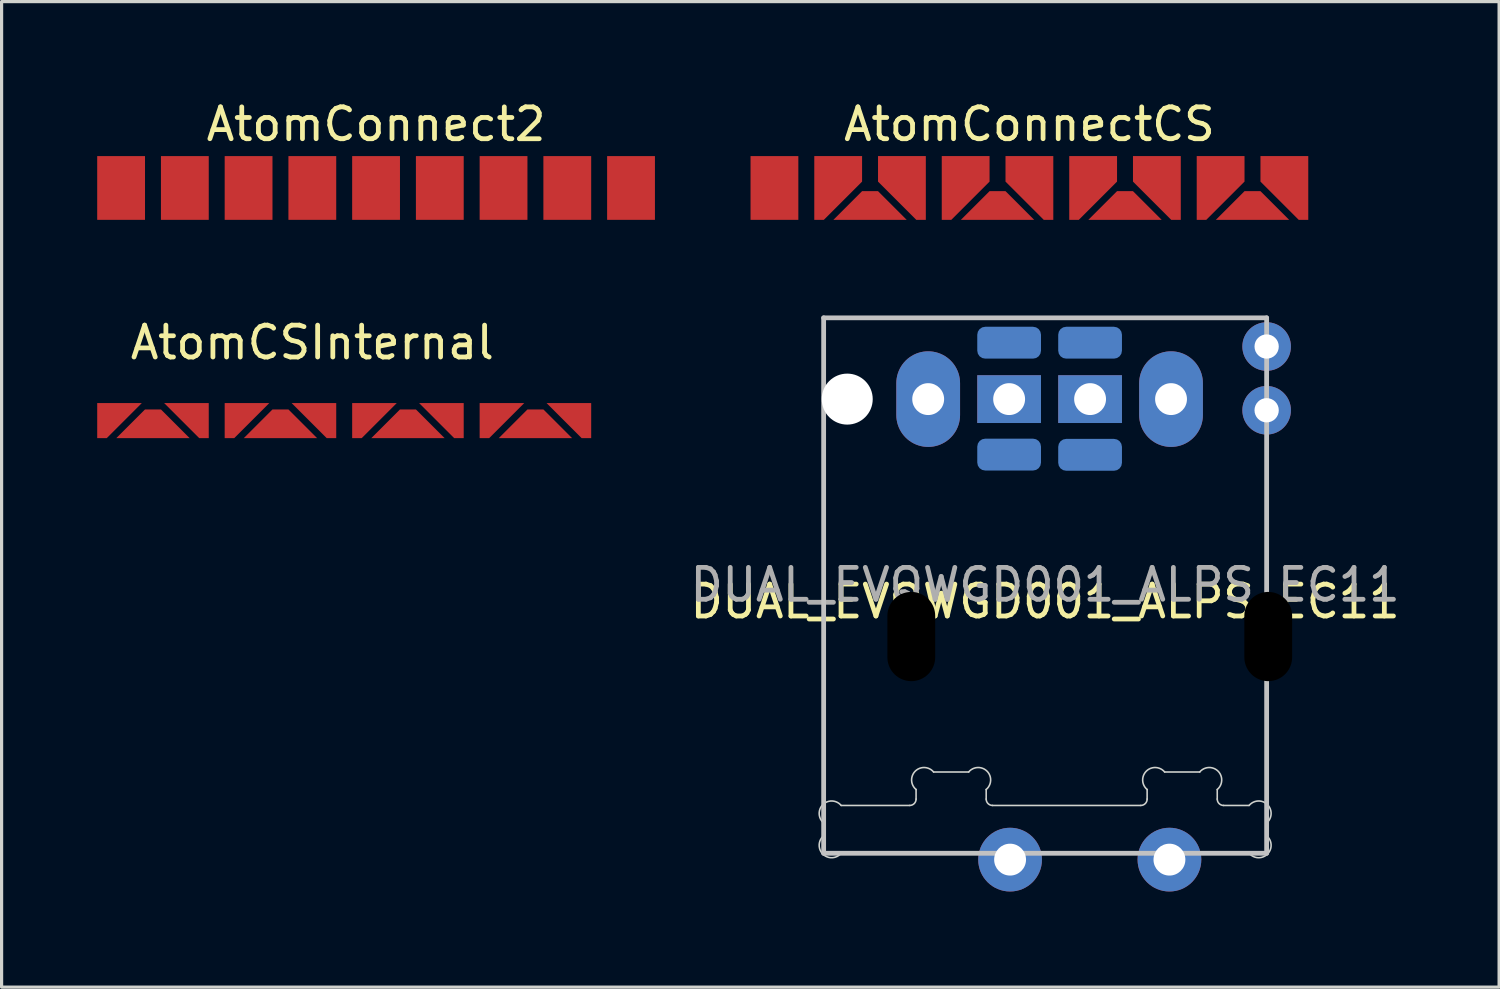
<source format=kicad_pcb>
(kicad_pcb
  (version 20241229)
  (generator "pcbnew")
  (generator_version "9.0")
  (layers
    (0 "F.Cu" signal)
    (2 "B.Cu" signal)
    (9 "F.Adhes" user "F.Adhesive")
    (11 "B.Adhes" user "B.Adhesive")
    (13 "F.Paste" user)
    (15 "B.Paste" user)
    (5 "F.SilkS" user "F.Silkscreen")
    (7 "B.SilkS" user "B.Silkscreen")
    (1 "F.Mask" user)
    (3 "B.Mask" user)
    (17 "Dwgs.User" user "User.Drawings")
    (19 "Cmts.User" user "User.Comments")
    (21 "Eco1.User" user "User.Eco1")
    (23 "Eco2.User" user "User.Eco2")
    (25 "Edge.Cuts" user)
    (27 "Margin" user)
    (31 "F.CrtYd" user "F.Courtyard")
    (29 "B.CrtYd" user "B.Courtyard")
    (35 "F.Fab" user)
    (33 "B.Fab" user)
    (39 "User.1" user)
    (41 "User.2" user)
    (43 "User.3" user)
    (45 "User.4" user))
  (footprint "DUAL_EVQWGD001_ALPS_EC11"
    (layer "F.Cu")
    (at 29.744 15.323)
    (property "Reference" "DUAL_EVQWGD001_ALPS_EC11" (at 0 0.5 0) (layer "F.SilkS") (effects (font (size 1 1) (thickness 0.15))))
    (attr through_hole)
    (fp_line (start -6.95 -8.4) (end -6.95 8.4) (stroke (width 0.15) (type solid)) (layer "Dwgs.User"))
    (fp_line (start -6.95 -8.4) (end 6.95 -8.4) (stroke (width 0.15) (type solid)) (layer "Dwgs.User"))
    (fp_line (start -6.95 8.4) (end 6.95 8.4) (stroke (width 0.15) (type solid)) (layer "Dwgs.User"))
    (fp_line (start 6.95 -8.4) (end 6.95 8.4) (stroke (width 0.15) (type solid)) (layer "Dwgs.User"))
    (fp_line (start -6.95 7.45) (end -6.95 7.85) (stroke (width 0.05) (type solid)) (layer "Edge.Cuts"))
    (fp_line (start -6.4 6.9) (end -4.25 6.9) (stroke (width 0.05) (type solid)) (layer "Edge.Cuts"))
    (fp_line (start -6.4 8.4) (end 6.4 8.4) (stroke (width 0.05) (type solid)) (layer "Edge.Cuts"))
    (fp_line (start -4.05 6.7) (end -4.05 6.4) (stroke (width 0.05) (type solid)) (layer "Edge.Cuts"))
    (fp_line (start -2.4 5.85) (end -3.5 5.85) (stroke (width 0.05) (type solid)) (layer "Edge.Cuts"))
    (fp_line (start -1.85 6.7) (end -1.85 6.4) (stroke (width 0.05) (type solid)) (layer "Edge.Cuts"))
    (fp_line (start -1.65 6.9) (end 3 6.9) (stroke (width 0.05) (type solid)) (layer "Edge.Cuts"))
    (fp_line (start 3.2 6.7) (end 3.2 6.4) (stroke (width 0.05) (type solid)) (layer "Edge.Cuts"))
    (fp_line (start 4.85 5.85) (end 3.75 5.85) (stroke (width 0.05) (type solid)) (layer "Edge.Cuts"))
    (fp_line (start 5.4 6.7) (end 5.4 6.4) (stroke (width 0.05) (type solid)) (layer "Edge.Cuts"))
    (fp_line (start 5.6 6.9) (end 6.4 6.9) (stroke (width 0.05) (type solid)) (layer "Edge.Cuts"))
    (fp_line (start 6.95 7.45) (end 6.95 7.85) (stroke (width 0.05) (type solid)) (layer "Edge.Cuts"))
    (fp_arc (start -6.94997 7.450024) (mid -6.976147 6.87388) (end -6.4 6.900001) (stroke (width 0.05) (type solid)) (layer "Edge.Cuts"))
    (fp_arc (start -6.4 8.4) (mid -6.976134 8.426134) (end -6.95 7.85) (stroke (width 0.05) (type solid)) (layer "Edge.Cuts"))
    (fp_arc (start -4.05 6.4) (mid -4.076134 5.823866) (end -3.5 5.85) (stroke (width 0.05) (type solid)) (layer "Edge.Cuts"))
    (fp_arc (start -4.05 6.7) (mid -4.108579 6.841421) (end -4.25 6.9) (stroke (width 0.05) (type solid)) (layer "Edge.Cuts"))
    (fp_arc (start -2.4 5.85) (mid -1.823866 5.823866) (end -1.85 6.4) (stroke (width 0.05) (type solid)) (layer "Edge.Cuts"))
    (fp_arc (start -1.65 6.9) (mid -1.791421 6.841421) (end -1.85 6.7) (stroke (width 0.05) (type solid)) (layer "Edge.Cuts"))
    (fp_arc (start 3.2 6.4) (mid 3.173866 5.823866) (end 3.75 5.85) (stroke (width 0.05) (type solid)) (layer "Edge.Cuts"))
    (fp_arc (start 3.2 6.7) (mid 3.141421 6.841421) (end 3 6.9) (stroke (width 0.05) (type solid)) (layer "Edge.Cuts"))
    (fp_arc (start 4.85 5.85) (mid 5.426134 5.823866) (end 5.4 6.4) (stroke (width 0.05) (type solid)) (layer "Edge.Cuts"))
    (fp_arc (start 5.6 6.9) (mid 5.458579 6.841421) (end 5.4 6.7) (stroke (width 0.05) (type solid)) (layer "Edge.Cuts"))
    (fp_arc (start 6.4 6.9) (mid 6.976134 6.873866) (end 6.95 7.45) (stroke (width 0.05) (type solid)) (layer "Edge.Cuts"))
    (fp_arc (start 6.95 7.85) (mid 6.976134 8.426134) (end 6.4 8.4) (stroke (width 0.05) (type solid)) (layer "Edge.Cuts"))
    (fp_text user "${REFERENCE}" (at 0 -0.025 0) (layer "F.Fab") (effects (font (size 1 1) (thickness 0.15))))
    (pad "" np_thru_hole circle (at -6.21 -5.85) (size 1.6 1.6) (drill 1.6) (layers "*.Cu"))
    (pad "" np_thru_hole oval (at -4.2 1.6 270) (size 3.2 2) (drill oval 2.8 1.5) (layers "*.Mask"))
    (pad "" thru_hole rect (at -1.13 -5.85) (size 2 1.5) (drill 1) (layers "*.Cu" "B.Mask"))
    (pad "" thru_hole rect (at 1.41 -5.85) (size 2 1.5) (drill 1) (layers "*.Cu" "B.Mask"))
    (pad "" np_thru_hole oval (at 7 1.6 270) (size 3.2 2) (drill oval 2.8 1.5) (layers "*.Mask"))
    (pad "A" thru_hole oval (at 3.95 -5.85) (size 2 3) (drill 1) (layers "*.Cu" "B.Mask"))
    (pad "B" smd roundrect (at -1.13 -7.62) (size 2 1) (layers "F.Mask" "B.Cu" "F.Paste") (roundrect_rratio 0.25))
    (pad "B" smd roundrect (at 1.41 -7.62) (size 2 1) (layers "F.Mask" "B.Cu" "F.Paste") (roundrect_rratio 0.25))
    (pad "C" smd roundrect (at -1.13 -4.109) (size 2 1) (layers "F.Mask" "B.Cu" "F.Paste") (roundrect_rratio 0.25))
    (pad "C" smd roundrect (at 1.41 -4.102) (size 2 1) (layers "F.Mask" "B.Cu" "F.Paste") (roundrect_rratio 0.25))
    (pad "NC" thru_hole oval (at -3.67 -5.85) (size 2 3) (drill 1) (layers "*.Cu" "B.Mask"))
    (pad "S1" thru_hole circle (at -1.1 8.6 270) (size 2 2) (drill 1) (layers "*.Cu" "*.Mask"))
    (pad "S1" thru_hole circle (at 6.95 -7.5) (size 1.524 1.524) (drill 0.762) (layers "*.Cu" "B.Mask"))
    (pad "S2" thru_hole circle (at 3.9 8.6 270) (size 2 2) (drill 1) (layers "*.Cu" "*.Mask"))
    (pad "S2" thru_hole oval (at 6.95 -5.5) (size 1.524 1.524) (drill 0.762) (layers "*.Cu" "B.Mask")))
  (footprint "AtomConnectCS"
    (layer "F.Cu")
    (at 29.25 2.848)
    (property "Reference" "AtomConnectCS" (at 0 -2 180) (layer "F.SilkS") (effects (font (size 1 1) (thickness 0.15))))
    (attr through_hole)
    (pad "1" smd rect (at -8 0) (size 1.5 2) (layers "F.Cu" "F.Mask"))
    (pad "2" smd custom (at -6 -0.5 180) (size 1 1) (layers "F.Cu" "F.Mask") (options (anchor rect)) (primitives (gr_poly (pts (xy 0.75 0.5) (xy -0.75 0.5) (xy -0.75 -0.3) (xy 0.45 -1.5) (xy 0.75 -1.5)) (width 0) (fill yes))))
    (pad "3" smd custom (at -4 -0.5 180) (size 1 1) (layers "F.Cu" "F.Mask") (options (anchor rect)) (primitives (gr_poly (pts (xy 0.75 -0.3) (xy 0.75 0.5) (xy -0.75 0.5) (xy -0.75 -1.5) (xy -0.45 -1.5)) (width 0) (fill yes))))
    (pad "4" smd custom (at -2 -0.5 180) (size 1 1) (layers "F.Cu" "F.Mask") (options (anchor rect)) (primitives (gr_poly (pts (xy 0.75 0.5) (xy -0.75 0.5) (xy -0.75 -0.3) (xy 0.45 -1.5) (xy 0.75 -1.5)) (width 0) (fill yes))))
    (pad "5" smd custom (at 0 -0.5 180) (size 1 1) (layers "F.Cu" "F.Mask") (options (anchor rect)) (primitives (gr_poly (pts (xy 0.75 -0.3) (xy 0.75 0.5) (xy -0.75 0.5) (xy -0.75 -1.5) (xy -0.45 -1.5)) (width 0) (fill yes))))
    (pad "6" smd custom (at 2 -0.5 180) (size 1 1) (layers "F.Cu" "F.Mask") (options (anchor rect)) (primitives (gr_poly (pts (xy 0.75 0.5) (xy -0.75 0.5) (xy -0.75 -0.3) (xy 0.45 -1.5) (xy 0.75 -1.5)) (width 0) (fill yes))))
    (pad "7" smd custom (at 4 -0.5 180) (size 1 1) (layers "F.Cu" "F.Mask") (options (anchor rect)) (primitives (gr_poly (pts (xy 0.75 -0.3) (xy 0.75 0.5) (xy -0.75 0.5) (xy -0.75 -1.5) (xy -0.45 -1.5)) (width 0) (fill yes))))
    (pad "8" smd custom (at 6 -0.5 180) (size 1 1) (layers "F.Cu" "F.Mask") (options (anchor rect)) (primitives (gr_poly (pts (xy 0.75 0.5) (xy -0.75 0.5) (xy -0.75 -0.3) (xy 0.45 -1.5) (xy 0.75 -1.5)) (width 0) (fill yes))))
    (pad "9" smd custom (at 8 -0.5 180) (size 1 1) (layers "F.Cu" "F.Mask") (options (anchor rect)) (primitives (gr_poly (pts (xy 0.75 -0.3) (xy 0.75 0.5) (xy -0.75 0.5) (xy -0.75 -1.5) (xy -0.45 -1.5)) (width 0) (fill yes))))
    (pad "10" smd custom (at -5.5 0.75) (size 0.5 0.5) (layers "F.Cu" "F.Mask") (options (anchor circle)) (primitives (gr_poly (pts (xy 1.65 0.25) (xy 0.75 0.25) (xy 0.75 -0.65)) (width 0) (fill yes)) (gr_poly (pts (xy 0.25 0.25) (xy -0.65 0.25) (xy 0.25 -0.65)) (width 0) (fill yes)) (gr_poly (pts (xy 0.75 0.25) (xy 0.25 0.25) (xy 0.25 -0.65) (xy 0.75 -0.65)) (width 0) (fill yes))))
    (pad "10" smd custom (at -1.5 0.75) (size 0.5 0.5) (layers "F.Cu" "F.Mask") (options (anchor circle)) (primitives (gr_poly (pts (xy 1.65 0.25) (xy 0.75 0.25) (xy 0.75 -0.65)) (width 0) (fill yes)) (gr_poly (pts (xy 0.25 0.25) (xy -0.65 0.25) (xy 0.25 -0.65)) (width 0) (fill yes)) (gr_poly (pts (xy 0.75 0.25) (xy 0.25 0.25) (xy 0.25 -0.65) (xy 0.75 -0.65)) (width 0) (fill yes))))
    (pad "10" smd custom (at 2.5 0.75) (size 0.5 0.5) (layers "F.Cu" "F.Mask") (options (anchor circle)) (primitives (gr_poly (pts (xy 1.65 0.25) (xy 0.75 0.25) (xy 0.75 -0.65)) (width 0) (fill yes)) (gr_poly (pts (xy 0.25 0.25) (xy -0.65 0.25) (xy 0.25 -0.65)) (width 0) (fill yes)) (gr_poly (pts (xy 0.75 0.25) (xy 0.25 0.25) (xy 0.25 -0.65) (xy 0.75 -0.65)) (width 0) (fill yes))))
    (pad "10" smd custom (at 6.5 0.75) (size 0.5 0.5) (layers "F.Cu" "F.Mask") (options (anchor circle)) (primitives (gr_poly (pts (xy 1.65 0.25) (xy 0.75 0.25) (xy 0.75 -0.65)) (width 0) (fill yes)) (gr_poly (pts (xy 0.25 0.25) (xy -0.65 0.25) (xy 0.25 -0.65)) (width 0) (fill yes)) (gr_poly (pts (xy 0.75 0.25) (xy 0.25 0.25) (xy 0.25 -0.65) (xy 0.75 -0.65)) (width 0) (fill yes)))))
  (footprint "AtomCSInternal"
    (layer "F.Cu")
    (at 6.75 9.697)
    (property "Reference" "AtomCSInternal" (at 0 -2 180) (layer "F.SilkS") (effects (font (size 1 1) (thickness 0.15))))
    (attr through_hole)
    (pad "2" smd custom (at -6 0.1 180) (size 0.5 0.2) (layers "F.Cu" "F.Mask") (options (anchor rect)) (primitives (gr_poly (pts (xy 0.75 0.2) (xy -0.65 0.2) (xy 0.45 -0.9) (xy 0.75 -0.9)) (width 0) (fill yes))))
    (pad "3" smd custom (at -4 0.1 180) (size 0.5 0.2) (layers "F.Cu" "F.Mask") (options (anchor rect)) (primitives (gr_poly (pts (xy -0.75 0.2) (xy 0.65 0.2) (xy -0.45 -0.9) (xy -0.75 -0.9)) (width 0) (fill yes))))
    (pad "4" smd custom (at -2 0.1 180) (size 0.5 0.2) (layers "F.Cu" "F.Mask") (options (anchor rect)) (primitives (gr_poly (pts (xy 0.75 0.2) (xy -0.65 0.2) (xy 0.45 -0.9) (xy 0.75 -0.9)) (width 0) (fill yes))))
    (pad "5" smd custom (at 0 0.1 180) (size 0.5 0.2) (layers "F.Cu" "F.Mask") (options (anchor rect)) (primitives (gr_poly (pts (xy 0.65 0.2) (xy -0.75 0.2) (xy -0.75 -0.9) (xy -0.45 -0.9)) (width 0) (fill yes))))
    (pad "6" smd custom (at 2 0.1 180) (size 0.5 0.2) (layers "F.Cu" "F.Mask") (options (anchor rect)) (primitives (gr_poly (pts (xy 0.75 0.2) (xy -0.65 0.2) (xy 0.45 -0.9) (xy 0.75 -0.9)) (width 0) (fill yes))))
    (pad "7" smd custom (at 4 0.1 180) (size 0.5 0.2) (layers "F.Cu" "F.Mask") (options (anchor rect)) (primitives (gr_poly (pts (xy 0.65 0.2) (xy -0.75 0.2) (xy -0.75 -0.9) (xy -0.45 -0.9)) (width 0) (fill yes))))
    (pad "8" smd custom (at 6 0.1 180) (size 0.5 0.2) (layers "F.Cu" "F.Mask") (options (anchor rect)) (primitives (gr_poly (pts (xy 0.75 0.2) (xy -0.65 0.2) (xy 0.45 -0.9) (xy 0.75 -0.9)) (width 0) (fill yes))))
    (pad "9" smd custom (at 8 0.1 180) (size 0.5 0.2) (layers "F.Cu" "F.Mask") (options (anchor rect)) (primitives (gr_poly (pts (xy 0.65 0.2) (xy -0.75 0.2) (xy -0.75 -0.9) (xy -0.45 -0.9)) (width 0) (fill yes))))
    (pad "10" smd custom (at -5.5 0.75) (size 0.5 0.5) (layers "F.Cu" "F.Mask") (options (anchor circle)) (primitives (gr_poly (pts (xy 1.65 0.25) (xy 0.75 0.25) (xy 0.75 -0.65)) (width 0) (fill yes)) (gr_poly (pts (xy 0.25 0.25) (xy -0.65 0.25) (xy 0.25 -0.65)) (width 0) (fill yes)) (gr_poly (pts (xy 0.75 0.25) (xy 0.25 0.25) (xy 0.25 -0.65) (xy 0.75 -0.65)) (width 0) (fill yes))))
    (pad "10" smd custom (at -1.5 0.75) (size 0.5 0.5) (layers "F.Cu" "F.Mask") (options (anchor circle)) (primitives (gr_poly (pts (xy 1.65 0.25) (xy 0.75 0.25) (xy 0.75 -0.65)) (width 0) (fill yes)) (gr_poly (pts (xy 0.25 0.25) (xy -0.65 0.25) (xy 0.25 -0.65)) (width 0) (fill yes)) (gr_poly (pts (xy 0.75 0.25) (xy 0.25 0.25) (xy 0.25 -0.65) (xy 0.75 -0.65)) (width 0) (fill yes))))
    (pad "10" smd custom (at 2.5 0.75) (size 0.5 0.5) (layers "F.Cu" "F.Mask") (options (anchor circle)) (primitives (gr_poly (pts (xy 1.65 0.25) (xy 0.75 0.25) (xy 0.75 -0.65)) (width 0) (fill yes)) (gr_poly (pts (xy 0.25 0.25) (xy -0.65 0.25) (xy 0.25 -0.65)) (width 0) (fill yes)) (gr_poly (pts (xy 0.75 0.25) (xy 0.25 0.25) (xy 0.25 -0.65) (xy 0.75 -0.65)) (width 0) (fill yes))))
    (pad "10" smd custom (at 6.5 0.75) (size 0.5 0.5) (layers "F.Cu" "F.Mask") (options (anchor circle)) (primitives (gr_poly (pts (xy 1.65 0.25) (xy 0.75 0.25) (xy 0.75 -0.65)) (width 0) (fill yes)) (gr_poly (pts (xy 0.25 0.25) (xy -0.65 0.25) (xy 0.25 -0.65)) (width 0) (fill yes)) (gr_poly (pts (xy 0.75 0.25) (xy 0.25 0.25) (xy 0.25 -0.65) (xy 0.75 -0.65)) (width 0) (fill yes)))))
  (footprint "AtomConnect2"
    (layer "F.Cu")
    (at 8.75 2.848)
    (property "Reference" "AtomConnect2" (at 0 -2 180) (layer "F.SilkS") (effects (font (size 1 1) (thickness 0.15))))
    (attr through_hole)
    (pad "1" smd rect (at -8 0) (size 1.5 2) (layers "F.Cu" "F.Mask"))
    (pad "2" smd rect (at -6 0) (size 1.5 2) (layers "F.Cu" "F.Mask"))
    (pad "3" smd rect (at -4 0) (size 1.5 2) (layers "F.Cu" "F.Mask"))
    (pad "4" smd rect (at -2 0) (size 1.5 2) (layers "F.Cu" "F.Mask"))
    (pad "5" smd rect (at 0 0) (size 1.5 2) (layers "F.Cu" "F.Mask"))
    (pad "6" smd rect (at 2 0) (size 1.5 2) (layers "F.Cu" "F.Mask"))
    (pad "7" smd rect (at 4 0) (size 1.5 2) (layers "F.Cu" "F.Mask"))
    (pad "8" smd rect (at 6 0) (size 1.5 2) (layers "F.Cu" "F.Mask"))
    (pad "9" smd rect (at 8 0) (size 1.5 2) (layers "F.Cu" "F.Mask")))
  (gr_rect
    (start -3 -3)
    (end 43.988 27.923)
    (stroke (width 0.1) (type default))
    (fill no)
    (layer "Edge.Cuts")))
</source>
